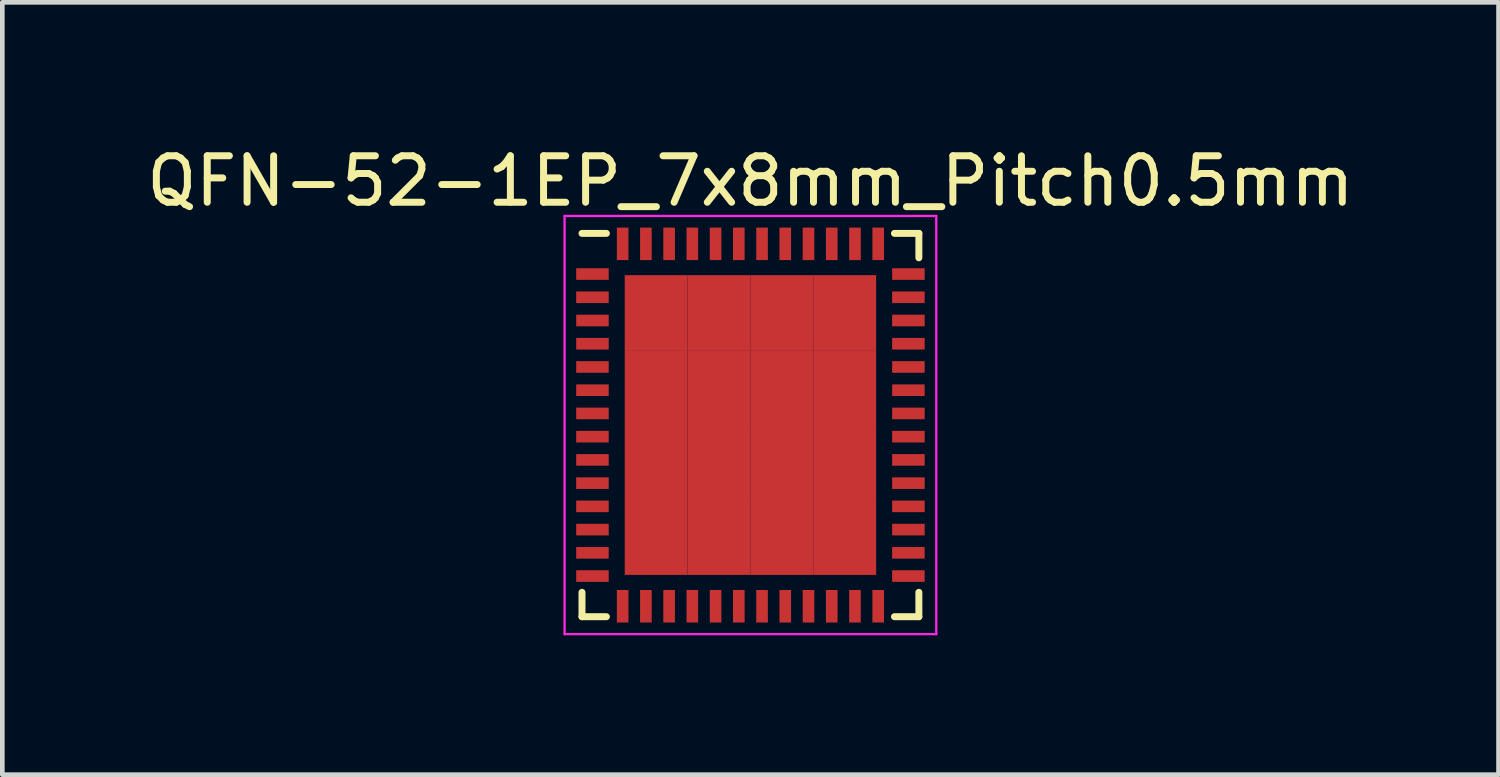
<source format=kicad_pcb>
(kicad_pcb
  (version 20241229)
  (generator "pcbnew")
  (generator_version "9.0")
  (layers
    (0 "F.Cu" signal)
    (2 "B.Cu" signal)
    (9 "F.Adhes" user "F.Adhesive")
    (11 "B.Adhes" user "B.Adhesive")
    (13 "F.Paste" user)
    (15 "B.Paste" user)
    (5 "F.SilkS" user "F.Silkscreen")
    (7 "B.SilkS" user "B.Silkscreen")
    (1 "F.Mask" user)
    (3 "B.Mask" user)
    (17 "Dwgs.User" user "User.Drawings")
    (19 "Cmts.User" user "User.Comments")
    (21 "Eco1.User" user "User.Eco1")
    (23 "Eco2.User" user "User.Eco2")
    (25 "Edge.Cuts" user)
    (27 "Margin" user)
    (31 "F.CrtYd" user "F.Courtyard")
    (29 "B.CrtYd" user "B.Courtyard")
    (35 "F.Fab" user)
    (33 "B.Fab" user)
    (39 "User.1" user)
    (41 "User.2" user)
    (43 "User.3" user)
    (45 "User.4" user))
  (footprint "QFN-52-1EP_7x8mm_Pitch0.5mm"
    (layer "F.Cu")
    (at 13.101 6.098)
    (property "Reference" "QFN-52-1EP_7x8mm_Pitch0.5mm" (at 0 -5.25 0) (layer "F.SilkS") (effects (font (size 1 1) (thickness 0.15))))
    (attr smd)
    (fp_line (start -3.625 -4.125) (end -3.1 -4.125) (stroke (width 0.15) (type solid)) (layer "F.SilkS"))
    (fp_line (start -3.625 4.125) (end -3.625 3.6) (stroke (width 0.15) (type solid)) (layer "F.SilkS"))
    (fp_line (start -3.625 4.125) (end -3.1 4.125) (stroke (width 0.15) (type solid)) (layer "F.SilkS"))
    (fp_line (start 3.625 -4.125) (end 3.1 -4.125) (stroke (width 0.15) (type solid)) (layer "F.SilkS"))
    (fp_line (start 3.625 -4.125) (end 3.625 -3.6) (stroke (width 0.15) (type solid)) (layer "F.SilkS"))
    (fp_line (start 3.625 4.125) (end 3.1 4.125) (stroke (width 0.15) (type solid)) (layer "F.SilkS"))
    (fp_line (start 3.625 4.125) (end 3.625 3.6) (stroke (width 0.15) (type solid)) (layer "F.SilkS"))
    (fp_line (start -4 -4.5) (end -4 4.5) (stroke (width 0.05) (type solid)) (layer "F.CrtYd"))
    (fp_line (start -4 -4.5) (end 4 -4.5) (stroke (width 0.05) (type solid)) (layer "F.CrtYd"))
    (fp_line (start -4 4.5) (end 4 4.5) (stroke (width 0.05) (type solid)) (layer "F.CrtYd"))
    (fp_line (start 4 -4.5) (end 4 4.5) (stroke (width 0.05) (type solid)) (layer "F.CrtYd"))
    (pad "1" smd rect (at -3.4 -3.25) (size 0.7 0.25) (layers "F.Cu" "F.Mask" "F.Paste"))
    (pad "2" smd rect (at -3.4 -2.75) (size 0.7 0.25) (layers "F.Cu" "F.Mask" "F.Paste"))
    (pad "3" smd rect (at -3.4 -2.25) (size 0.7 0.25) (layers "F.Cu" "F.Mask" "F.Paste"))
    (pad "4" smd rect (at -3.4 -1.75) (size 0.7 0.25) (layers "F.Cu" "F.Mask" "F.Paste"))
    (pad "5" smd rect (at -3.4 -1.25) (size 0.7 0.25) (layers "F.Cu" "F.Mask" "F.Paste"))
    (pad "6" smd rect (at -3.4 -0.75) (size 0.7 0.25) (layers "F.Cu" "F.Mask" "F.Paste"))
    (pad "7" smd rect (at -3.4 -0.25) (size 0.7 0.25) (layers "F.Cu" "F.Mask" "F.Paste"))
    (pad "8" smd rect (at -3.4 0.25) (size 0.7 0.25) (layers "F.Cu" "F.Mask" "F.Paste"))
    (pad "9" smd rect (at -3.4 0.75) (size 0.7 0.25) (layers "F.Cu" "F.Mask" "F.Paste"))
    (pad "10" smd rect (at -3.4 1.25) (size 0.7 0.25) (layers "F.Cu" "F.Mask" "F.Paste"))
    (pad "11" smd rect (at -3.4 1.75) (size 0.7 0.25) (layers "F.Cu" "F.Mask" "F.Paste"))
    (pad "12" smd rect (at -3.4 2.25) (size 0.7 0.25) (layers "F.Cu" "F.Mask" "F.Paste"))
    (pad "13" smd rect (at -3.4 2.75) (size 0.7 0.25) (layers "F.Cu" "F.Mask" "F.Paste"))
    (pad "14" smd rect (at -3.4 3.25) (size 0.7 0.25) (layers "F.Cu" "F.Mask" "F.Paste"))
    (pad "15" smd rect (at -2.75 3.9 90) (size 0.7 0.25) (layers "F.Cu" "F.Mask" "F.Paste"))
    (pad "16" smd rect (at -2.25 3.9 90) (size 0.7 0.25) (layers "F.Cu" "F.Mask" "F.Paste"))
    (pad "17" smd rect (at -1.75 3.9 90) (size 0.7 0.25) (layers "F.Cu" "F.Mask" "F.Paste"))
    (pad "18" smd rect (at -1.25 3.9 90) (size 0.7 0.25) (layers "F.Cu" "F.Mask" "F.Paste"))
    (pad "19" smd rect (at -0.75 3.9 90) (size 0.7 0.25) (layers "F.Cu" "F.Mask" "F.Paste"))
    (pad "20" smd rect (at -0.25 3.9 90) (size 0.7 0.25) (layers "F.Cu" "F.Mask" "F.Paste"))
    (pad "21" smd rect (at 0.25 3.9 90) (size 0.7 0.25) (layers "F.Cu" "F.Mask" "F.Paste"))
    (pad "22" smd rect (at 0.75 3.9 90) (size 0.7 0.25) (layers "F.Cu" "F.Mask" "F.Paste"))
    (pad "23" smd rect (at 1.25 3.9 90) (size 0.7 0.25) (layers "F.Cu" "F.Mask" "F.Paste"))
    (pad "24" smd rect (at 1.75 3.9 90) (size 0.7 0.25) (layers "F.Cu" "F.Mask" "F.Paste"))
    (pad "25" smd rect (at 2.25 3.9 90) (size 0.7 0.25) (layers "F.Cu" "F.Mask" "F.Paste"))
    (pad "26" smd rect (at 2.75 3.9 90) (size 0.7 0.25) (layers "F.Cu" "F.Mask" "F.Paste"))
    (pad "27" smd rect (at 3.4 3.25) (size 0.7 0.25) (layers "F.Cu" "F.Mask" "F.Paste"))
    (pad "28" smd rect (at 3.4 2.75) (size 0.7 0.25) (layers "F.Cu" "F.Mask" "F.Paste"))
    (pad "29" smd rect (at 3.4 2.25) (size 0.7 0.25) (layers "F.Cu" "F.Mask" "F.Paste"))
    (pad "30" smd rect (at 3.4 1.75) (size 0.7 0.25) (layers "F.Cu" "F.Mask" "F.Paste"))
    (pad "31" smd rect (at 3.4 1.25) (size 0.7 0.25) (layers "F.Cu" "F.Mask" "F.Paste"))
    (pad "32" smd rect (at 3.4 0.75) (size 0.7 0.25) (layers "F.Cu" "F.Mask" "F.Paste"))
    (pad "33" smd rect (at 3.4 0.25) (size 0.7 0.25) (layers "F.Cu" "F.Mask" "F.Paste"))
    (pad "34" smd rect (at 3.4 -0.25) (size 0.7 0.25) (layers "F.Cu" "F.Mask" "F.Paste"))
    (pad "35" smd rect (at 3.4 -0.75) (size 0.7 0.25) (layers "F.Cu" "F.Mask" "F.Paste"))
    (pad "36" smd rect (at 3.4 -1.25) (size 0.7 0.25) (layers "F.Cu" "F.Mask" "F.Paste"))
    (pad "37" smd rect (at 3.4 -1.75) (size 0.7 0.25) (layers "F.Cu" "F.Mask" "F.Paste"))
    (pad "38" smd rect (at 3.4 -2.25) (size 0.7 0.25) (layers "F.Cu" "F.Mask" "F.Paste"))
    (pad "39" smd rect (at 3.4 -2.75) (size 0.7 0.25) (layers "F.Cu" "F.Mask" "F.Paste"))
    (pad "40" smd rect (at 3.4 -3.25) (size 0.7 0.25) (layers "F.Cu" "F.Mask" "F.Paste"))
    (pad "41" smd rect (at 2.75 -3.9 90) (size 0.7 0.25) (layers "F.Cu" "F.Mask" "F.Paste"))
    (pad "42" smd rect (at 2.25 -3.9 90) (size 0.7 0.25) (layers "F.Cu" "F.Mask" "F.Paste"))
    (pad "43" smd rect (at 1.75 -3.9 90) (size 0.7 0.25) (layers "F.Cu" "F.Mask" "F.Paste"))
    (pad "44" smd rect (at 1.25 -3.9 90) (size 0.7 0.25) (layers "F.Cu" "F.Mask" "F.Paste"))
    (pad "45" smd rect (at 0.75 -3.9 90) (size 0.7 0.25) (layers "F.Cu" "F.Mask" "F.Paste"))
    (pad "46" smd rect (at 0.25 -3.9 90) (size 0.7 0.25) (layers "F.Cu" "F.Mask" "F.Paste"))
    (pad "47" smd rect (at -0.25 -3.9 90) (size 0.7 0.25) (layers "F.Cu" "F.Mask" "F.Paste"))
    (pad "48" smd rect (at -0.75 -3.9 90) (size 0.7 0.25) (layers "F.Cu" "F.Mask" "F.Paste"))
    (pad "49" smd rect (at -1.25 -3.9 90) (size 0.7 0.25) (layers "F.Cu" "F.Mask" "F.Paste"))
    (pad "50" smd rect (at -1.75 -3.9 90) (size 0.7 0.25) (layers "F.Cu" "F.Mask" "F.Paste"))
    (pad "51" smd rect (at -2.25 -3.9 90) (size 0.7 0.25) (layers "F.Cu" "F.Mask" "F.Paste"))
    (pad "52" smd rect (at -2.75 -3.9 90) (size 0.7 0.25) (layers "F.Cu" "F.Mask" "F.Paste"))
    (pad "53" smd rect (at -2.029 -2.419) (size 1.353 1.613) (layers "F.Cu" "F.Mask" "F.Paste"))
    (pad "53" smd rect (at -2.029 -0.806) (size 1.353 1.613) (layers "F.Cu" "F.Mask" "F.Paste"))
    (pad "53" smd rect (at -2.029 0.806) (size 1.353 1.613) (layers "F.Cu" "F.Mask" "F.Paste"))
    (pad "53" smd rect (at -2.029 2.419) (size 1.353 1.613) (layers "F.Cu" "F.Mask" "F.Paste"))
    (pad "53" smd rect (at -0.676 -2.419) (size 1.353 1.613) (layers "F.Cu" "F.Mask" "F.Paste"))
    (pad "53" smd rect (at -0.676 -0.806) (size 1.353 1.613) (layers "F.Cu" "F.Mask" "F.Paste"))
    (pad "53" smd rect (at -0.676 0.806) (size 1.353 1.613) (layers "F.Cu" "F.Mask" "F.Paste"))
    (pad "53" smd rect (at -0.676 2.419) (size 1.353 1.613) (layers "F.Cu" "F.Mask" "F.Paste"))
    (pad "53" smd rect (at 0.676 -2.419) (size 1.353 1.613) (layers "F.Cu" "F.Mask" "F.Paste"))
    (pad "53" smd rect (at 0.676 -0.806) (size 1.353 1.613) (layers "F.Cu" "F.Mask" "F.Paste"))
    (pad "53" smd rect (at 0.676 0.806) (size 1.353 1.613) (layers "F.Cu" "F.Mask" "F.Paste"))
    (pad "53" smd rect (at 0.676 2.419) (size 1.353 1.613) (layers "F.Cu" "F.Mask" "F.Paste"))
    (pad "53" smd rect (at 2.029 -2.419) (size 1.353 1.613) (layers "F.Cu" "F.Mask" "F.Paste"))
    (pad "53" smd rect (at 2.029 -0.806) (size 1.353 1.613) (layers "F.Cu" "F.Mask" "F.Paste"))
    (pad "53" smd rect (at 2.029 0.806) (size 1.353 1.613) (layers "F.Cu" "F.Mask" "F.Paste"))
    (pad "53" smd rect (at 2.029 2.419) (size 1.353 1.613) (layers "F.Cu" "F.Mask" "F.Paste")))
  (gr_rect
    (start -3 -3)
    (end 29.202 13.623)
    (stroke (width 0.1) (type default))
    (fill no)
    (layer "Edge.Cuts")))
</source>
